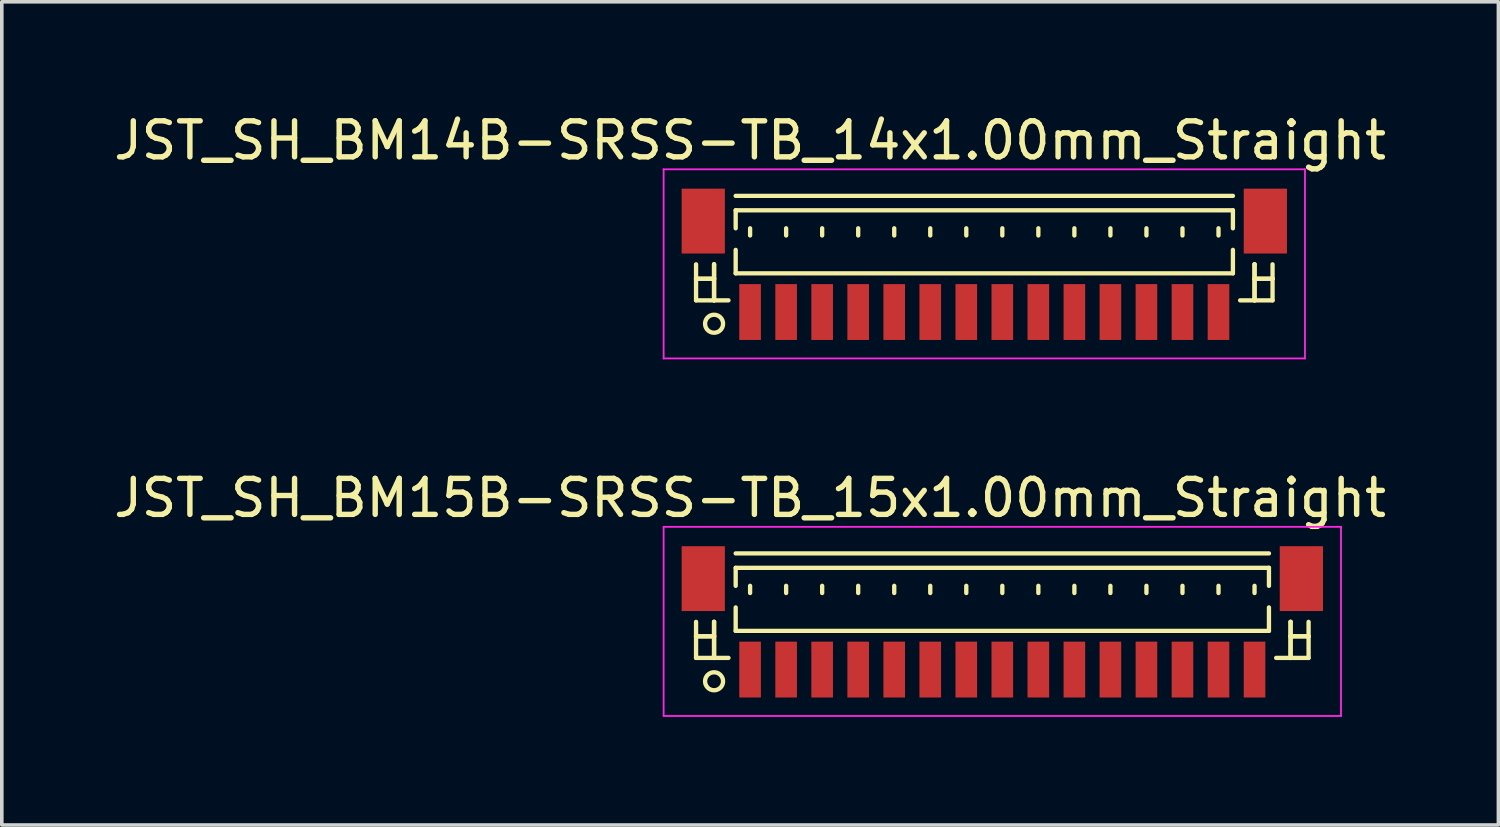
<source format=kicad_pcb>
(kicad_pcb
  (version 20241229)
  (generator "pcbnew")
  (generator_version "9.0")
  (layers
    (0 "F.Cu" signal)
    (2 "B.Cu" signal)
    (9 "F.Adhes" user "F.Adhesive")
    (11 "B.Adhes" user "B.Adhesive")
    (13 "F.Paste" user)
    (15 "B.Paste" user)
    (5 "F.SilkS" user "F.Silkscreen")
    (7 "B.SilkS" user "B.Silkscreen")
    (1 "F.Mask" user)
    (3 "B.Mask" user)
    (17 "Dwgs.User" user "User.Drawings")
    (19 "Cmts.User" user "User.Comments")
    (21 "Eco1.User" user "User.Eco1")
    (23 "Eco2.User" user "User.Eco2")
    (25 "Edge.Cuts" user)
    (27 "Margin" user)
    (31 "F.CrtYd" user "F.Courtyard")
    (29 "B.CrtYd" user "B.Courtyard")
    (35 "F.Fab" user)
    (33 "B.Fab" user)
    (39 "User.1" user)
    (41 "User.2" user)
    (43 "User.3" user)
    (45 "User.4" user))
  (footprint "JST_SH_BM15B-SRSS-TB_15x1.00mm_Straight"
    (layer "F.Cu")
    (at 24.768 14.271)
    (property "Reference" "JST_SH_BM15B-SRSS-TB_15x1.00mm_Straight" (at -7 -3.5 0) (layer "F.SilkS") (effects (font (size 1 1) (thickness 0.15))))
    (attr smd)
    (fp_line (start -8.5 -0.062) (end -8.5 0.938) (stroke (width 0.12) (type solid)) (layer "F.SilkS"))
    (fp_line (start -8.5 0.338) (end -8.5 0.338) (stroke (width 0.12) (type solid)) (layer "F.SilkS"))
    (fp_line (start -8.5 0.338) (end -8 0.338) (stroke (width 0.12) (type solid)) (layer "F.SilkS"))
    (fp_line (start -8.5 0.938) (end -7.6 0.938) (stroke (width 0.12) (type solid)) (layer "F.SilkS"))
    (fp_line (start -8 -0.062) (end -8 -0.062) (stroke (width 0.12) (type solid)) (layer "F.SilkS"))
    (fp_line (start -8 -0.062) (end -8 0.938) (stroke (width 0.12) (type solid)) (layer "F.SilkS"))
    (fp_line (start -8 0.338) (end -8.5 0.338) (stroke (width 0.12) (type solid)) (layer "F.SilkS"))
    (fp_line (start -8 0.338) (end -8 0.338) (stroke (width 0.12) (type solid)) (layer "F.SilkS"))
    (fp_line (start -8 0.938) (end -8 -0.062) (stroke (width 0.12) (type solid)) (layer "F.SilkS"))
    (fp_line (start -8 0.938) (end -8 0.938) (stroke (width 0.12) (type solid)) (layer "F.SilkS"))
    (fp_line (start -7.4 -1.962) (end 7.4 -1.962) (stroke (width 0.12) (type solid)) (layer "F.SilkS"))
    (fp_line (start -7.4 -1.562) (end 7.4 -1.562) (stroke (width 0.12) (type solid)) (layer "F.SilkS"))
    (fp_line (start -7.4 -1.062) (end -7.4 -1.562) (stroke (width 0.12) (type solid)) (layer "F.SilkS"))
    (fp_line (start -7.4 -0.463) (end -7.4 0.188) (stroke (width 0.12) (type solid)) (layer "F.SilkS"))
    (fp_line (start -7.4 0.188) (end 7.4 0.188) (stroke (width 0.12) (type solid)) (layer "F.SilkS"))
    (fp_line (start -7 -1.062) (end -7 -0.863) (stroke (width 0.12) (type solid)) (layer "F.SilkS"))
    (fp_line (start -6 -1.062) (end -6 -0.863) (stroke (width 0.12) (type solid)) (layer "F.SilkS"))
    (fp_line (start -5 -1.062) (end -5 -0.863) (stroke (width 0.12) (type solid)) (layer "F.SilkS"))
    (fp_line (start -4 -1.062) (end -4 -0.863) (stroke (width 0.12) (type solid)) (layer "F.SilkS"))
    (fp_line (start -3 -1.062) (end -3 -0.863) (stroke (width 0.12) (type solid)) (layer "F.SilkS"))
    (fp_line (start -2 -1.062) (end -2 -0.863) (stroke (width 0.12) (type solid)) (layer "F.SilkS"))
    (fp_line (start -1 -1.062) (end -1 -0.863) (stroke (width 0.12) (type solid)) (layer "F.SilkS"))
    (fp_line (start 0 -1.062) (end 0 -0.863) (stroke (width 0.12) (type solid)) (layer "F.SilkS"))
    (fp_line (start 1 -1.062) (end 1 -0.863) (stroke (width 0.12) (type solid)) (layer "F.SilkS"))
    (fp_line (start 2 -1.062) (end 2 -0.863) (stroke (width 0.12) (type solid)) (layer "F.SilkS"))
    (fp_line (start 3 -1.062) (end 3 -0.863) (stroke (width 0.12) (type solid)) (layer "F.SilkS"))
    (fp_line (start 4 -1.062) (end 4 -0.863) (stroke (width 0.12) (type solid)) (layer "F.SilkS"))
    (fp_line (start 5 -1.062) (end 5 -0.863) (stroke (width 0.12) (type solid)) (layer "F.SilkS"))
    (fp_line (start 6 -1.062) (end 6 -0.863) (stroke (width 0.12) (type solid)) (layer "F.SilkS"))
    (fp_line (start 7 -1.062) (end 7 -0.863) (stroke (width 0.12) (type solid)) (layer "F.SilkS"))
    (fp_line (start 7.4 -1.562) (end 7.4 -1.062) (stroke (width 0.12) (type solid)) (layer "F.SilkS"))
    (fp_line (start 7.4 0.188) (end 7.4 -0.463) (stroke (width 0.12) (type solid)) (layer "F.SilkS"))
    (fp_line (start 8 -0.062) (end 8 -0.062) (stroke (width 0.12) (type solid)) (layer "F.SilkS"))
    (fp_line (start 8 -0.062) (end 8 0.938) (stroke (width 0.12) (type solid)) (layer "F.SilkS"))
    (fp_line (start 8 0.338) (end 8 0.338) (stroke (width 0.12) (type solid)) (layer "F.SilkS"))
    (fp_line (start 8 0.338) (end 8.5 0.338) (stroke (width 0.12) (type solid)) (layer "F.SilkS"))
    (fp_line (start 8 0.938) (end 8 -0.062) (stroke (width 0.12) (type solid)) (layer "F.SilkS"))
    (fp_line (start 8 0.938) (end 8 0.938) (stroke (width 0.12) (type solid)) (layer "F.SilkS"))
    (fp_line (start 8.5 -0.062) (end 8.5 0.938) (stroke (width 0.12) (type solid)) (layer "F.SilkS"))
    (fp_line (start 8.5 0.338) (end 8 0.338) (stroke (width 0.12) (type solid)) (layer "F.SilkS"))
    (fp_line (start 8.5 0.338) (end 8.5 0.338) (stroke (width 0.12) (type solid)) (layer "F.SilkS"))
    (fp_line (start 8.5 0.938) (end 7.6 0.938) (stroke (width 0.12) (type solid)) (layer "F.SilkS"))
    (fp_circle (center -8 1.587) (end -7.75 1.587) (stroke (width 0.12) (type solid)) (fill no) (layer "F.SilkS"))
    (fp_line (start -9.4 -2.7) (end 9.4 -2.7) (stroke (width 0.05) (type solid)) (layer "F.CrtYd"))
    (fp_line (start -9.4 2.55) (end -9.4 -2.7) (stroke (width 0.05) (type solid)) (layer "F.CrtYd"))
    (fp_line (start 9.4 -2.7) (end 9.4 2.55) (stroke (width 0.05) (type solid)) (layer "F.CrtYd"))
    (fp_line (start 9.4 2.55) (end -9.4 2.55) (stroke (width 0.05) (type solid)) (layer "F.CrtYd"))
    (pad "" smd rect (at -8.3 -1.262) (size 1.2 1.8) (layers "F.Cu" "F.Mask" "F.Paste"))
    (pad "" smd rect (at 8.3 -1.262) (size 1.2 1.8) (layers "F.Cu" "F.Mask" "F.Paste"))
    (pad "1" smd rect (at -7 1.262) (size 0.6 1.55) (layers "F.Cu" "F.Mask" "F.Paste"))
    (pad "2" smd rect (at -6 1.262) (size 0.6 1.55) (layers "F.Cu" "F.Mask" "F.Paste"))
    (pad "3" smd rect (at -5 1.262) (size 0.6 1.55) (layers "F.Cu" "F.Mask" "F.Paste"))
    (pad "4" smd rect (at -4 1.262) (size 0.6 1.55) (layers "F.Cu" "F.Mask" "F.Paste"))
    (pad "5" smd rect (at -3 1.262) (size 0.6 1.55) (layers "F.Cu" "F.Mask" "F.Paste"))
    (pad "6" smd rect (at -2 1.262) (size 0.6 1.55) (layers "F.Cu" "F.Mask" "F.Paste"))
    (pad "7" smd rect (at -1 1.262) (size 0.6 1.55) (layers "F.Cu" "F.Mask" "F.Paste"))
    (pad "8" smd rect (at 0 1.262) (size 0.6 1.55) (layers "F.Cu" "F.Mask" "F.Paste"))
    (pad "9" smd rect (at 1 1.262) (size 0.6 1.55) (layers "F.Cu" "F.Mask" "F.Paste"))
    (pad "10" smd rect (at 2 1.262) (size 0.6 1.55) (layers "F.Cu" "F.Mask" "F.Paste"))
    (pad "11" smd rect (at 3 1.262) (size 0.6 1.55) (layers "F.Cu" "F.Mask" "F.Paste"))
    (pad "12" smd rect (at 4 1.262) (size 0.6 1.55) (layers "F.Cu" "F.Mask" "F.Paste"))
    (pad "13" smd rect (at 5 1.262) (size 0.6 1.55) (layers "F.Cu" "F.Mask" "F.Paste"))
    (pad "14" smd rect (at 6 1.262) (size 0.6 1.55) (layers "F.Cu" "F.Mask" "F.Paste"))
    (pad "15" smd rect (at 7 1.262) (size 0.6 1.55) (layers "F.Cu" "F.Mask" "F.Paste")))
  (footprint "JST_SH_BM14B-SRSS-TB_14x1.00mm_Straight"
    (layer "F.Cu")
    (at 24.268 4.348)
    (property "Reference" "JST_SH_BM14B-SRSS-TB_14x1.00mm_Straight" (at -6.5 -3.5 0) (layer "F.SilkS") (effects (font (size 1 1) (thickness 0.15))))
    (attr smd)
    (fp_line (start -8 -0.062) (end -8 0.938) (stroke (width 0.12) (type solid)) (layer "F.SilkS"))
    (fp_line (start -8 0.338) (end -8 0.338) (stroke (width 0.12) (type solid)) (layer "F.SilkS"))
    (fp_line (start -8 0.338) (end -7.5 0.338) (stroke (width 0.12) (type solid)) (layer "F.SilkS"))
    (fp_line (start -8 0.938) (end -7.1 0.938) (stroke (width 0.12) (type solid)) (layer "F.SilkS"))
    (fp_line (start -7.5 -0.062) (end -7.5 -0.062) (stroke (width 0.12) (type solid)) (layer "F.SilkS"))
    (fp_line (start -7.5 -0.062) (end -7.5 0.938) (stroke (width 0.12) (type solid)) (layer "F.SilkS"))
    (fp_line (start -7.5 0.338) (end -8 0.338) (stroke (width 0.12) (type solid)) (layer "F.SilkS"))
    (fp_line (start -7.5 0.338) (end -7.5 0.338) (stroke (width 0.12) (type solid)) (layer "F.SilkS"))
    (fp_line (start -7.5 0.938) (end -7.5 -0.062) (stroke (width 0.12) (type solid)) (layer "F.SilkS"))
    (fp_line (start -7.5 0.938) (end -7.5 0.938) (stroke (width 0.12) (type solid)) (layer "F.SilkS"))
    (fp_line (start -6.9 -1.962) (end 6.9 -1.962) (stroke (width 0.12) (type solid)) (layer "F.SilkS"))
    (fp_line (start -6.9 -1.562) (end 6.9 -1.562) (stroke (width 0.12) (type solid)) (layer "F.SilkS"))
    (fp_line (start -6.9 -1.062) (end -6.9 -1.562) (stroke (width 0.12) (type solid)) (layer "F.SilkS"))
    (fp_line (start -6.9 -0.463) (end -6.9 0.188) (stroke (width 0.12) (type solid)) (layer "F.SilkS"))
    (fp_line (start -6.9 0.188) (end 6.9 0.188) (stroke (width 0.12) (type solid)) (layer "F.SilkS"))
    (fp_line (start -6.5 -1.062) (end -6.5 -0.863) (stroke (width 0.12) (type solid)) (layer "F.SilkS"))
    (fp_line (start -5.5 -1.062) (end -5.5 -0.863) (stroke (width 0.12) (type solid)) (layer "F.SilkS"))
    (fp_line (start -4.5 -1.062) (end -4.5 -0.863) (stroke (width 0.12) (type solid)) (layer "F.SilkS"))
    (fp_line (start -3.5 -1.062) (end -3.5 -0.863) (stroke (width 0.12) (type solid)) (layer "F.SilkS"))
    (fp_line (start -2.5 -1.062) (end -2.5 -0.863) (stroke (width 0.12) (type solid)) (layer "F.SilkS"))
    (fp_line (start -1.5 -1.062) (end -1.5 -0.863) (stroke (width 0.12) (type solid)) (layer "F.SilkS"))
    (fp_line (start -0.5 -1.062) (end -0.5 -0.863) (stroke (width 0.12) (type solid)) (layer "F.SilkS"))
    (fp_line (start 0.5 -1.062) (end 0.5 -0.863) (stroke (width 0.12) (type solid)) (layer "F.SilkS"))
    (fp_line (start 1.5 -1.062) (end 1.5 -0.863) (stroke (width 0.12) (type solid)) (layer "F.SilkS"))
    (fp_line (start 2.5 -1.062) (end 2.5 -0.863) (stroke (width 0.12) (type solid)) (layer "F.SilkS"))
    (fp_line (start 3.5 -1.062) (end 3.5 -0.863) (stroke (width 0.12) (type solid)) (layer "F.SilkS"))
    (fp_line (start 4.5 -1.062) (end 4.5 -0.863) (stroke (width 0.12) (type solid)) (layer "F.SilkS"))
    (fp_line (start 5.5 -1.062) (end 5.5 -0.863) (stroke (width 0.12) (type solid)) (layer "F.SilkS"))
    (fp_line (start 6.5 -1.062) (end 6.5 -0.863) (stroke (width 0.12) (type solid)) (layer "F.SilkS"))
    (fp_line (start 6.9 -1.562) (end 6.9 -1.062) (stroke (width 0.12) (type solid)) (layer "F.SilkS"))
    (fp_line (start 6.9 0.188) (end 6.9 -0.463) (stroke (width 0.12) (type solid)) (layer "F.SilkS"))
    (fp_line (start 7.5 -0.062) (end 7.5 -0.062) (stroke (width 0.12) (type solid)) (layer "F.SilkS"))
    (fp_line (start 7.5 -0.062) (end 7.5 0.938) (stroke (width 0.12) (type solid)) (layer "F.SilkS"))
    (fp_line (start 7.5 0.338) (end 7.5 0.338) (stroke (width 0.12) (type solid)) (layer "F.SilkS"))
    (fp_line (start 7.5 0.338) (end 8 0.338) (stroke (width 0.12) (type solid)) (layer "F.SilkS"))
    (fp_line (start 7.5 0.938) (end 7.5 -0.062) (stroke (width 0.12) (type solid)) (layer "F.SilkS"))
    (fp_line (start 7.5 0.938) (end 7.5 0.938) (stroke (width 0.12) (type solid)) (layer "F.SilkS"))
    (fp_line (start 8 -0.062) (end 8 0.938) (stroke (width 0.12) (type solid)) (layer "F.SilkS"))
    (fp_line (start 8 0.338) (end 7.5 0.338) (stroke (width 0.12) (type solid)) (layer "F.SilkS"))
    (fp_line (start 8 0.338) (end 8 0.338) (stroke (width 0.12) (type solid)) (layer "F.SilkS"))
    (fp_line (start 8 0.938) (end 7.1 0.938) (stroke (width 0.12) (type solid)) (layer "F.SilkS"))
    (fp_circle (center -7.5 1.587) (end -7.25 1.587) (stroke (width 0.12) (type solid)) (fill no) (layer "F.SilkS"))
    (fp_line (start -8.9 -2.7) (end 8.9 -2.7) (stroke (width 0.05) (type solid)) (layer "F.CrtYd"))
    (fp_line (start -8.9 2.55) (end -8.9 -2.7) (stroke (width 0.05) (type solid)) (layer "F.CrtYd"))
    (fp_line (start 8.9 -2.7) (end 8.9 2.55) (stroke (width 0.05) (type solid)) (layer "F.CrtYd"))
    (fp_line (start 8.9 2.55) (end -8.9 2.55) (stroke (width 0.05) (type solid)) (layer "F.CrtYd"))
    (pad "" smd rect (at -7.8 -1.262) (size 1.2 1.8) (layers "F.Cu" "F.Mask" "F.Paste"))
    (pad "" smd rect (at 7.8 -1.262) (size 1.2 1.8) (layers "F.Cu" "F.Mask" "F.Paste"))
    (pad "1" smd rect (at -6.5 1.262) (size 0.6 1.55) (layers "F.Cu" "F.Mask" "F.Paste"))
    (pad "2" smd rect (at -5.5 1.262) (size 0.6 1.55) (layers "F.Cu" "F.Mask" "F.Paste"))
    (pad "3" smd rect (at -4.5 1.262) (size 0.6 1.55) (layers "F.Cu" "F.Mask" "F.Paste"))
    (pad "4" smd rect (at -3.5 1.262) (size 0.6 1.55) (layers "F.Cu" "F.Mask" "F.Paste"))
    (pad "5" smd rect (at -2.5 1.262) (size 0.6 1.55) (layers "F.Cu" "F.Mask" "F.Paste"))
    (pad "6" smd rect (at -1.5 1.262) (size 0.6 1.55) (layers "F.Cu" "F.Mask" "F.Paste"))
    (pad "7" smd rect (at -0.5 1.262) (size 0.6 1.55) (layers "F.Cu" "F.Mask" "F.Paste"))
    (pad "8" smd rect (at 0.5 1.262) (size 0.6 1.55) (layers "F.Cu" "F.Mask" "F.Paste"))
    (pad "9" smd rect (at 1.5 1.262) (size 0.6 1.55) (layers "F.Cu" "F.Mask" "F.Paste"))
    (pad "10" smd rect (at 2.5 1.262) (size 0.6 1.55) (layers "F.Cu" "F.Mask" "F.Paste"))
    (pad "11" smd rect (at 3.5 1.262) (size 0.6 1.55) (layers "F.Cu" "F.Mask" "F.Paste"))
    (pad "12" smd rect (at 4.5 1.262) (size 0.6 1.55) (layers "F.Cu" "F.Mask" "F.Paste"))
    (pad "13" smd rect (at 5.5 1.262) (size 0.6 1.55) (layers "F.Cu" "F.Mask" "F.Paste"))
    (pad "14" smd rect (at 6.5 1.262) (size 0.6 1.55) (layers "F.Cu" "F.Mask" "F.Paste")))
  (gr_rect
    (start -3 -3)
    (end 38.536 19.846)
    (stroke (width 0.1) (type default))
    (fill no)
    (layer "Edge.Cuts")))
</source>
